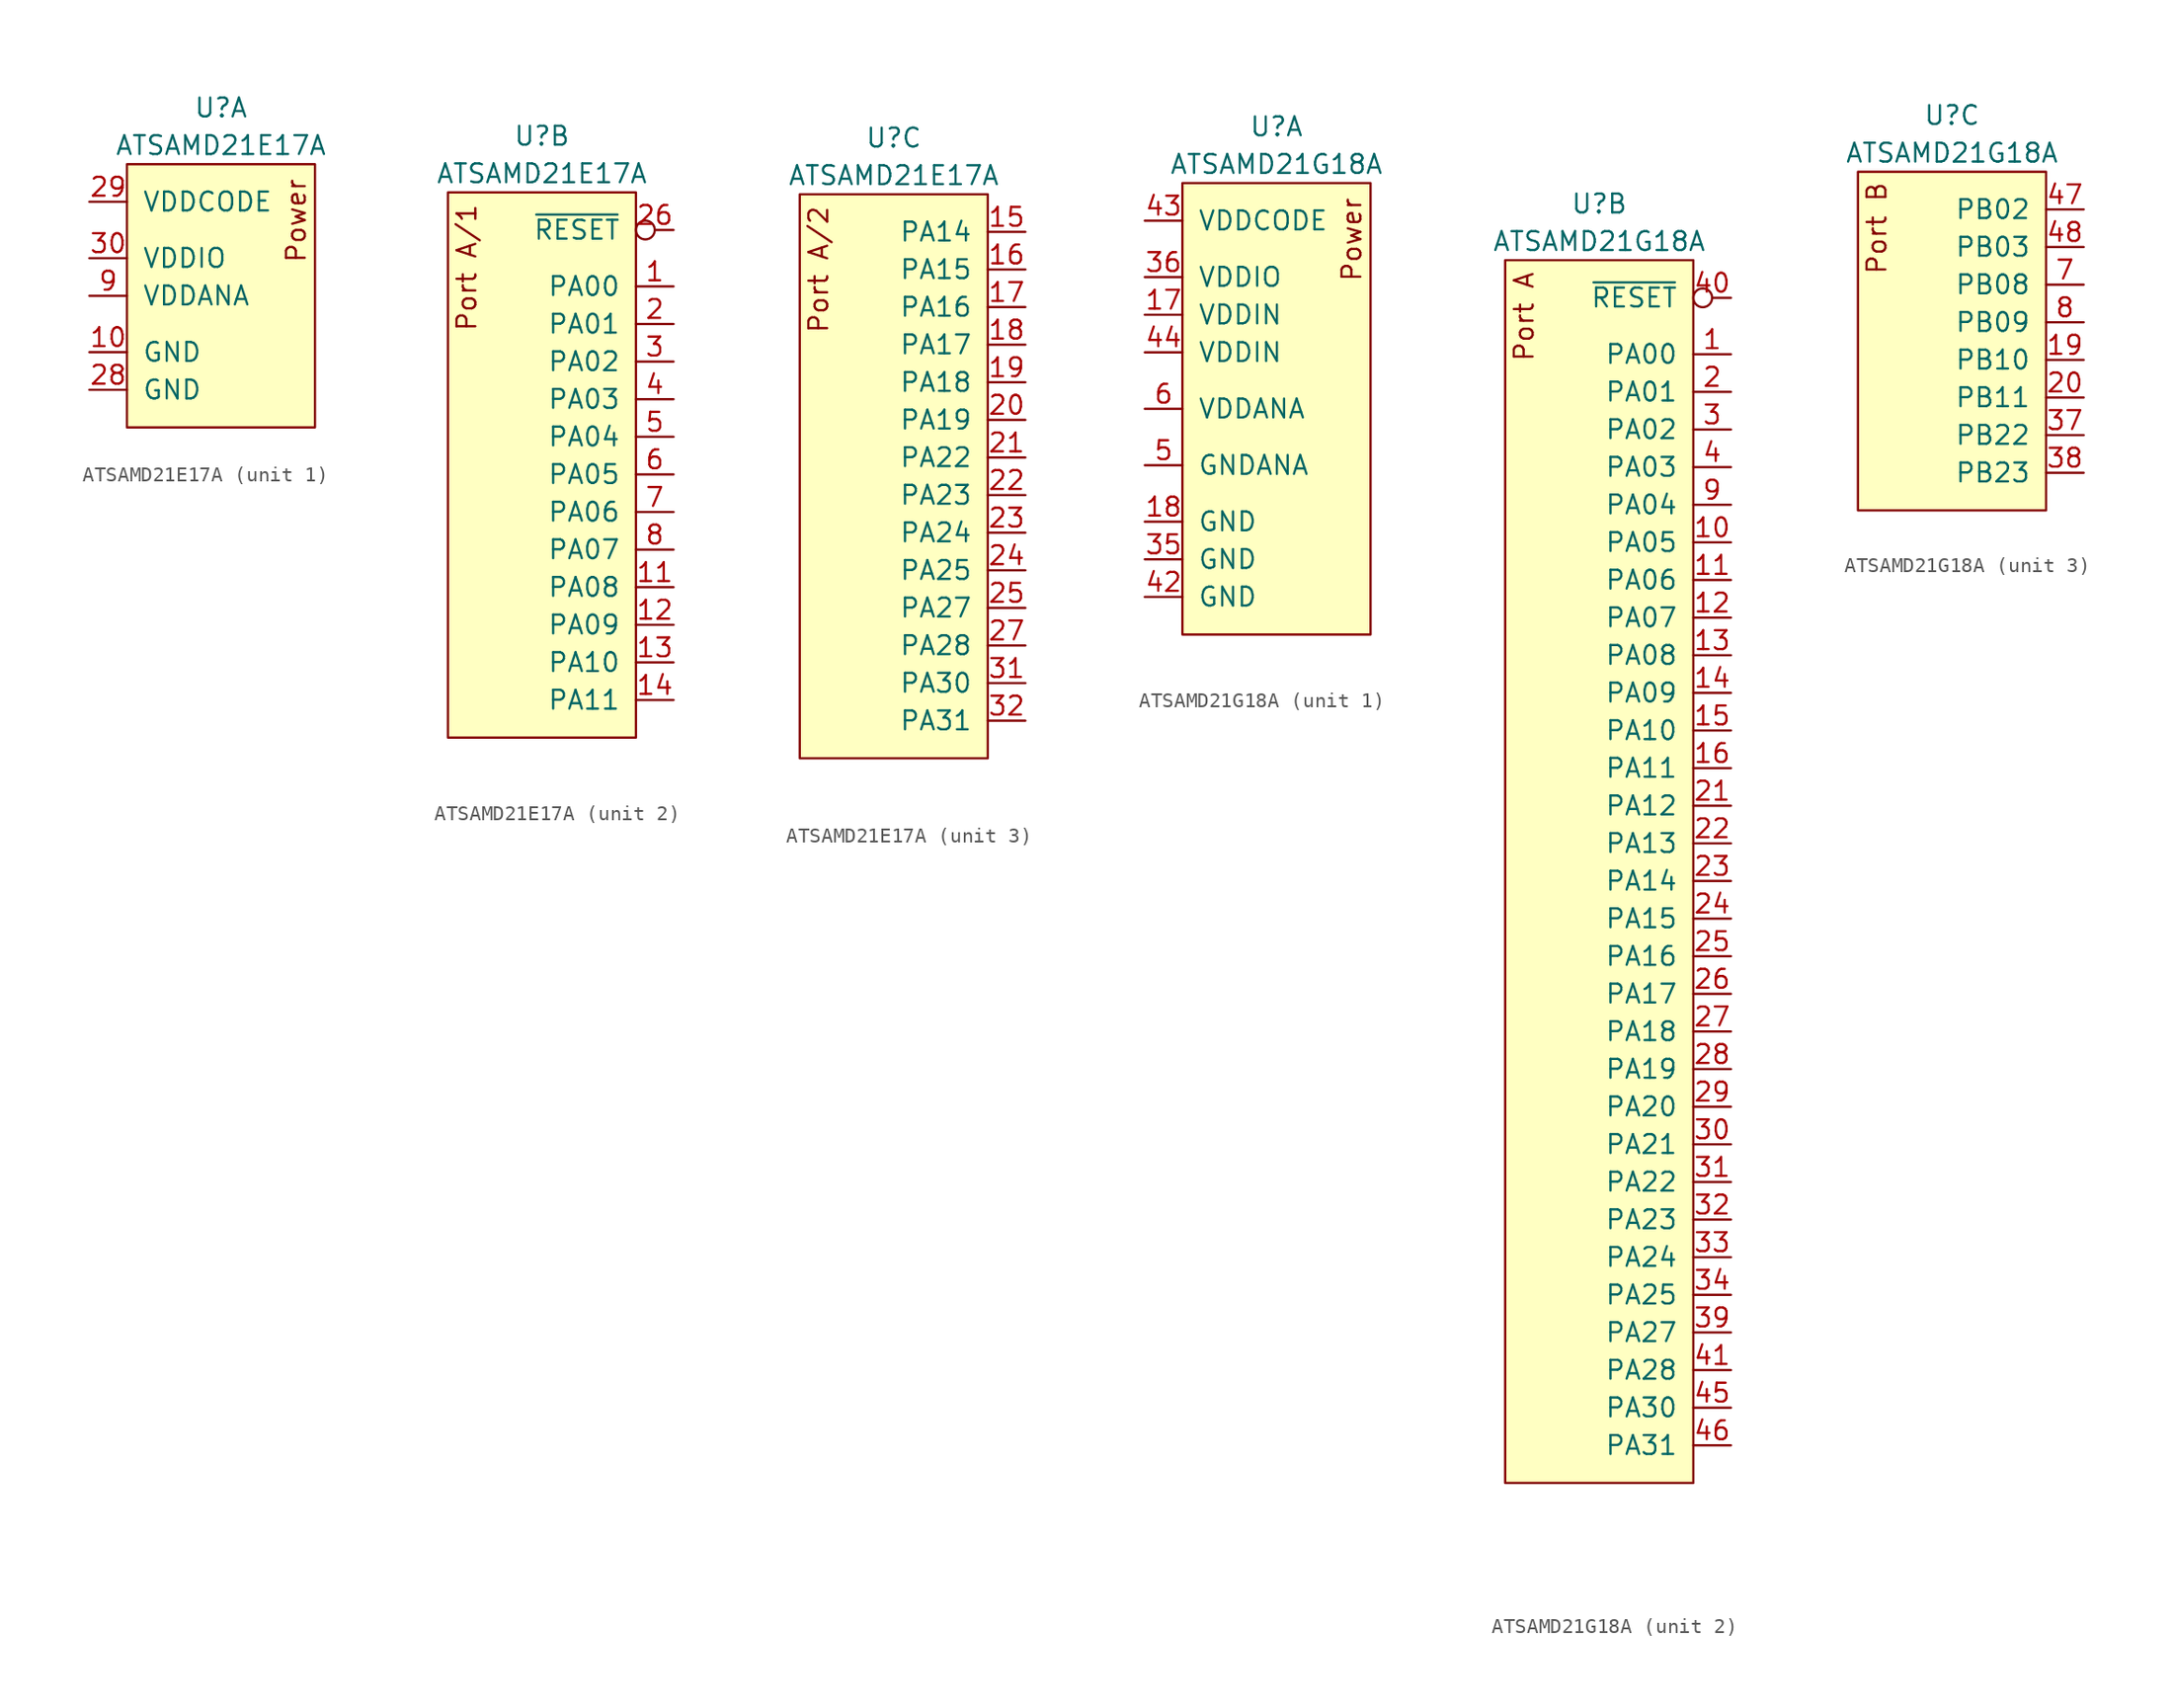
<source format=kicad_sym>
(kicad_symbol_lib
  (version 20211014)
  (generator kicad_symbol_editor)
  (symbol "ATSAMD21E17A"
    (pin_names
      (offset 1.016))
    (property "Reference" "U"
      (at 0 3.81 0)
      (effects (font (size 1.27 1.27))))
    (property "Value" "ATSAMD21E17A"
      (at 0 1.27 0)
      (effects (font (size 1.27 1.27))))
    (property "ki_locked" ""
      (at 0 0 0)
      (effects (font (size 1.27 1.27))))
    (symbol "ATSAMD21E17A_1_0"
      (text "Power" (at 5.08 -3.81 900) (effects (font (size 1.27 1.27)))))
    (symbol "ATSAMD21E17A_1_1"
      (rectangle (start -6.35 0) (end 6.35 -17.78) (stroke (width 0) (type default) (color 0 0 0 0)) (fill (type background)))
      (pin power_in line (at -8.89 -12.7 0) (length 2.54) (name "GND" (effects (font (size 1.27 1.27)))) (number "10" (effects (font (size 1.27 1.27)))))
      (pin power_in line (at -8.89 -15.24 0) (length 2.54) (name "GND" (effects (font (size 1.27 1.27)))) (number "28" (effects (font (size 1.27 1.27)))))
      (pin power_out line (at -8.89 -2.54 0) (length 2.54) (name "VDDCODE" (effects (font (size 1.27 1.27)))) (number "29" (effects (font (size 1.27 1.27)))))
      (pin power_in line (at -8.89 -6.35 0) (length 2.54) (name "VDDIO" (effects (font (size 1.27 1.27)))) (number "30" (effects (font (size 1.27 1.27)))))
      (pin power_in line (at -8.89 -8.89 0) (length 2.54) (name "VDDANA" (effects (font (size 1.27 1.27)))) (number "9" (effects (font (size 1.27 1.27))))))
    (symbol "ATSAMD21E17A_2_0"
      (text "Port A/1" (at -5.08 -5.08 900) (effects (font (size 1.27 1.27)))))
    (symbol "ATSAMD21E17A_2_1"
      (rectangle (start -6.35 0) (end 6.35 -36.83) (stroke (width 0) (type default) (color 0 0 0 0)) (fill (type background)))
      (pin bidirectional line (at 8.89 -6.35 180) (length 2.54) (name "PA00" (effects (font (size 1.27 1.27)))) (number "1" (effects (font (size 1.27 1.27)))))
      (pin bidirectional line (at 8.89 -26.67 180) (length 2.54) (name "PA08" (effects (font (size 1.27 1.27)))) (number "11" (effects (font (size 1.27 1.27)))))
      (pin bidirectional line (at 8.89 -29.21 180) (length 2.54) (name "PA09" (effects (font (size 1.27 1.27)))) (number "12" (effects (font (size 1.27 1.27)))))
      (pin bidirectional line (at 8.89 -31.75 180) (length 2.54) (name "PA10" (effects (font (size 1.27 1.27)))) (number "13" (effects (font (size 1.27 1.27)))))
      (pin bidirectional line (at 8.89 -34.29 180) (length 2.54) (name "PA11" (effects (font (size 1.27 1.27)))) (number "14" (effects (font (size 1.27 1.27)))))
      (pin bidirectional line (at 8.89 -8.89 180) (length 2.54) (name "PA01" (effects (font (size 1.27 1.27)))) (number "2" (effects (font (size 1.27 1.27)))))
      (pin input inverted (at 8.89 -2.54 180) (length 2.54) (name "~{RESET}" (effects (font (size 1.27 1.27)))) (number "26" (effects (font (size 1.27 1.27)))))
      (pin bidirectional line (at 8.89 -11.43 180) (length 2.54) (name "PA02" (effects (font (size 1.27 1.27)))) (number "3" (effects (font (size 1.27 1.27)))))
      (pin bidirectional line (at 8.89 -13.97 180) (length 2.54) (name "PA03" (effects (font (size 1.27 1.27)))) (number "4" (effects (font (size 1.27 1.27)))))
      (pin bidirectional line (at 8.89 -16.51 180) (length 2.54) (name "PA04" (effects (font (size 1.27 1.27)))) (number "5" (effects (font (size 1.27 1.27)))))
      (pin bidirectional line (at 8.89 -19.05 180) (length 2.54) (name "PA05" (effects (font (size 1.27 1.27)))) (number "6" (effects (font (size 1.27 1.27)))))
      (pin bidirectional line (at 8.89 -21.59 180) (length 2.54) (name "PA06" (effects (font (size 1.27 1.27)))) (number "7" (effects (font (size 1.27 1.27)))))
      (pin bidirectional line (at 8.89 -24.13 180) (length 2.54) (name "PA07" (effects (font (size 1.27 1.27)))) (number "8" (effects (font (size 1.27 1.27))))))
    (symbol "ATSAMD21E17A_3_0"
      (text "Port A/2" (at -5.08 -5.08 900) (effects (font (size 1.27 1.27)))))
    (symbol "ATSAMD21E17A_3_1"
      (rectangle (start -6.35 0) (end 6.35 -38.1) (stroke (width 0) (type default) (color 0 0 0 0)) (fill (type background)))
      (pin bidirectional line (at 8.89 -2.54 180) (length 2.54) (name "PA14" (effects (font (size 1.27 1.27)))) (number "15" (effects (font (size 1.27 1.27)))))
      (pin bidirectional line (at 8.89 -5.08 180) (length 2.54) (name "PA15" (effects (font (size 1.27 1.27)))) (number "16" (effects (font (size 1.27 1.27)))))
      (pin bidirectional line (at 8.89 -7.62 180) (length 2.54) (name "PA16" (effects (font (size 1.27 1.27)))) (number "17" (effects (font (size 1.27 1.27)))))
      (pin bidirectional line (at 8.89 -10.16 180) (length 2.54) (name "PA17" (effects (font (size 1.27 1.27)))) (number "18" (effects (font (size 1.27 1.27)))))
      (pin bidirectional line (at 8.89 -12.7 180) (length 2.54) (name "PA18" (effects (font (size 1.27 1.27)))) (number "19" (effects (font (size 1.27 1.27)))))
      (pin bidirectional line (at 8.89 -15.24 180) (length 2.54) (name "PA19" (effects (font (size 1.27 1.27)))) (number "20" (effects (font (size 1.27 1.27)))))
      (pin bidirectional line (at 8.89 -17.78 180) (length 2.54) (name "PA22" (effects (font (size 1.27 1.27)))) (number "21" (effects (font (size 1.27 1.27)))))
      (pin bidirectional line (at 8.89 -20.32 180) (length 2.54) (name "PA23" (effects (font (size 1.27 1.27)))) (number "22" (effects (font (size 1.27 1.27)))))
      (pin bidirectional line (at 8.89 -22.86 180) (length 2.54) (name "PA24" (effects (font (size 1.27 1.27)))) (number "23" (effects (font (size 1.27 1.27)))))
      (pin bidirectional line (at 8.89 -25.4 180) (length 2.54) (name "PA25" (effects (font (size 1.27 1.27)))) (number "24" (effects (font (size 1.27 1.27)))))
      (pin bidirectional line (at 8.89 -27.94 180) (length 2.54) (name "PA27" (effects (font (size 1.27 1.27)))) (number "25" (effects (font (size 1.27 1.27)))))
      (pin bidirectional line (at 8.89 -30.48 180) (length 2.54) (name "PA28" (effects (font (size 1.27 1.27)))) (number "27" (effects (font (size 1.27 1.27)))))
      (pin bidirectional line (at 8.89 -33.02 180) (length 2.54) (name "PA30" (effects (font (size 1.27 1.27)))) (number "31" (effects (font (size 1.27 1.27)))))
      (pin bidirectional line (at 8.89 -35.56 180) (length 2.54) (name "PA31" (effects (font (size 1.27 1.27)))) (number "32" (effects (font (size 1.27 1.27)))))))
  (symbol "ATSAMD21G18A"
    (pin_names
      (offset 1.016))
    (property "Reference" "U"
      (at 0 3.81 0)
      (effects (font (size 1.27 1.27))))
    (property "Value" "ATSAMD21G18A"
      (at 0 1.27 0)
      (effects (font (size 1.27 1.27))))
    (property "ki_locked" ""
      (at 0 0 0)
      (effects (font (size 1.27 1.27))))
    (symbol "ATSAMD21G18A_1_0"
      (text "Power" (at 5.08 -3.81 900) (effects (font (size 1.27 1.27)))))
    (symbol "ATSAMD21G18A_1_1"
      (rectangle (start -6.35 0) (end 6.35 -30.48) (stroke (width 0) (type default) (color 0 0 0 0)) (fill (type background)))
      (pin power_in line (at -8.89 -8.89 0) (length 2.54) (name "VDDIN" (effects (font (size 1.27 1.27)))) (number "17" (effects (font (size 1.27 1.27)))))
      (pin power_in line (at -8.89 -22.86 0) (length 2.54) (name "GND" (effects (font (size 1.27 1.27)))) (number "18" (effects (font (size 1.27 1.27)))))
      (pin power_in line (at -8.89 -25.4 0) (length 2.54) (name "GND" (effects (font (size 1.27 1.27)))) (number "35" (effects (font (size 1.27 1.27)))))
      (pin power_in line (at -8.89 -6.35 0) (length 2.54) (name "VDDIO" (effects (font (size 1.27 1.27)))) (number "36" (effects (font (size 1.27 1.27)))))
      (pin power_in line (at -8.89 -27.94 0) (length 2.54) (name "GND" (effects (font (size 1.27 1.27)))) (number "42" (effects (font (size 1.27 1.27)))))
      (pin power_out line (at -8.89 -2.54 0) (length 2.54) (name "VDDCODE" (effects (font (size 1.27 1.27)))) (number "43" (effects (font (size 1.27 1.27)))))
      (pin power_in line (at -8.89 -11.43 0) (length 2.54) (name "VDDIN" (effects (font (size 1.27 1.27)))) (number "44" (effects (font (size 1.27 1.27)))))
      (pin power_in line (at -8.89 -19.05 0) (length 2.54) (name "GNDANA" (effects (font (size 1.27 1.27)))) (number "5" (effects (font (size 1.27 1.27)))))
      (pin power_in line (at -8.89 -15.24 0) (length 2.54) (name "VDDANA" (effects (font (size 1.27 1.27)))) (number "6" (effects (font (size 1.27 1.27))))))
    (symbol "ATSAMD21G18A_2_0"
      (text "Port A" (at -5.08 -3.81 900) (effects (font (size 1.27 1.27)))))
    (symbol "ATSAMD21G18A_2_1"
      (rectangle (start -6.35 0) (end 6.35 -82.55) (stroke (width 0) (type default) (color 0 0 0 0)) (fill (type background)))
      (pin bidirectional line (at 8.89 -6.35 180) (length 2.54) (name "PA00" (effects (font (size 1.27 1.27)))) (number "1" (effects (font (size 1.27 1.27)))))
      (pin bidirectional line (at 8.89 -19.05 180) (length 2.54) (name "PA05" (effects (font (size 1.27 1.27)))) (number "10" (effects (font (size 1.27 1.27)))))
      (pin bidirectional line (at 8.89 -21.59 180) (length 2.54) (name "PA06" (effects (font (size 1.27 1.27)))) (number "11" (effects (font (size 1.27 1.27)))))
      (pin bidirectional line (at 8.89 -24.13 180) (length 2.54) (name "PA07" (effects (font (size 1.27 1.27)))) (number "12" (effects (font (size 1.27 1.27)))))
      (pin bidirectional line (at 8.89 -26.67 180) (length 2.54) (name "PA08" (effects (font (size 1.27 1.27)))) (number "13" (effects (font (size 1.27 1.27)))))
      (pin bidirectional line (at 8.89 -29.21 180) (length 2.54) (name "PA09" (effects (font (size 1.27 1.27)))) (number "14" (effects (font (size 1.27 1.27)))))
      (pin bidirectional line (at 8.89 -31.75 180) (length 2.54) (name "PA10" (effects (font (size 1.27 1.27)))) (number "15" (effects (font (size 1.27 1.27)))))
      (pin bidirectional line (at 8.89 -34.29 180) (length 2.54) (name "PA11" (effects (font (size 1.27 1.27)))) (number "16" (effects (font (size 1.27 1.27)))))
      (pin bidirectional line (at 8.89 -8.89 180) (length 2.54) (name "PA01" (effects (font (size 1.27 1.27)))) (number "2" (effects (font (size 1.27 1.27)))))
      (pin bidirectional line (at 8.89 -36.83 180) (length 2.54) (name "PA12" (effects (font (size 1.27 1.27)))) (number "21" (effects (font (size 1.27 1.27)))))
      (pin bidirectional line (at 8.89 -39.37 180) (length 2.54) (name "PA13" (effects (font (size 1.27 1.27)))) (number "22" (effects (font (size 1.27 1.27)))))
      (pin bidirectional line (at 8.89 -41.91 180) (length 2.54) (name "PA14" (effects (font (size 1.27 1.27)))) (number "23" (effects (font (size 1.27 1.27)))))
      (pin bidirectional line (at 8.89 -44.45 180) (length 2.54) (name "PA15" (effects (font (size 1.27 1.27)))) (number "24" (effects (font (size 1.27 1.27)))))
      (pin bidirectional line (at 8.89 -46.99 180) (length 2.54) (name "PA16" (effects (font (size 1.27 1.27)))) (number "25" (effects (font (size 1.27 1.27)))))
      (pin bidirectional line (at 8.89 -49.53 180) (length 2.54) (name "PA17" (effects (font (size 1.27 1.27)))) (number "26" (effects (font (size 1.27 1.27)))))
      (pin bidirectional line (at 8.89 -52.07 180) (length 2.54) (name "PA18" (effects (font (size 1.27 1.27)))) (number "27" (effects (font (size 1.27 1.27)))))
      (pin bidirectional line (at 8.89 -54.61 180) (length 2.54) (name "PA19" (effects (font (size 1.27 1.27)))) (number "28" (effects (font (size 1.27 1.27)))))
      (pin bidirectional line (at 8.89 -57.15 180) (length 2.54) (name "PA20" (effects (font (size 1.27 1.27)))) (number "29" (effects (font (size 1.27 1.27)))))
      (pin bidirectional line (at 8.89 -11.43 180) (length 2.54) (name "PA02" (effects (font (size 1.27 1.27)))) (number "3" (effects (font (size 1.27 1.27)))))
      (pin bidirectional line (at 8.89 -59.69 180) (length 2.54) (name "PA21" (effects (font (size 1.27 1.27)))) (number "30" (effects (font (size 1.27 1.27)))))
      (pin bidirectional line (at 8.89 -62.23 180) (length 2.54) (name "PA22" (effects (font (size 1.27 1.27)))) (number "31" (effects (font (size 1.27 1.27)))))
      (pin bidirectional line (at 8.89 -64.77 180) (length 2.54) (name "PA23" (effects (font (size 1.27 1.27)))) (number "32" (effects (font (size 1.27 1.27)))))
      (pin bidirectional line (at 8.89 -67.31 180) (length 2.54) (name "PA24" (effects (font (size 1.27 1.27)))) (number "33" (effects (font (size 1.27 1.27)))))
      (pin bidirectional line (at 8.89 -69.85 180) (length 2.54) (name "PA25" (effects (font (size 1.27 1.27)))) (number "34" (effects (font (size 1.27 1.27)))))
      (pin bidirectional line (at 8.89 -72.39 180) (length 2.54) (name "PA27" (effects (font (size 1.27 1.27)))) (number "39" (effects (font (size 1.27 1.27)))))
      (pin bidirectional line (at 8.89 -13.97 180) (length 2.54) (name "PA03" (effects (font (size 1.27 1.27)))) (number "4" (effects (font (size 1.27 1.27)))))
      (pin input inverted (at 8.89 -2.54 180) (length 2.54) (name "~{RESET}" (effects (font (size 1.27 1.27)))) (number "40" (effects (font (size 1.27 1.27)))))
      (pin bidirectional line (at 8.89 -74.93 180) (length 2.54) (name "PA28" (effects (font (size 1.27 1.27)))) (number "41" (effects (font (size 1.27 1.27)))))
      (pin bidirectional line (at 8.89 -77.47 180) (length 2.54) (name "PA30" (effects (font (size 1.27 1.27)))) (number "45" (effects (font (size 1.27 1.27)))))
      (pin bidirectional line (at 8.89 -80.01 180) (length 2.54) (name "PA31" (effects (font (size 1.27 1.27)))) (number "46" (effects (font (size 1.27 1.27)))))
      (pin bidirectional line (at 8.89 -16.51 180) (length 2.54) (name "PA04" (effects (font (size 1.27 1.27)))) (number "9" (effects (font (size 1.27 1.27))))))
    (symbol "ATSAMD21G18A_3_0"
      (text "Port B" (at -5.08 -3.81 900) (effects (font (size 1.27 1.27)))))
    (symbol "ATSAMD21G18A_3_1"
      (rectangle (start -6.35 0) (end 6.35 -22.86) (stroke (width 0) (type default) (color 0 0 0 0)) (fill (type background)))
      (pin bidirectional line (at 8.89 -12.7 180) (length 2.54) (name "PB10" (effects (font (size 1.27 1.27)))) (number "19" (effects (font (size 1.27 1.27)))))
      (pin bidirectional line (at 8.89 -15.24 180) (length 2.54) (name "PB11" (effects (font (size 1.27 1.27)))) (number "20" (effects (font (size 1.27 1.27)))))
      (pin bidirectional line (at 8.89 -17.78 180) (length 2.54) (name "PB22" (effects (font (size 1.27 1.27)))) (number "37" (effects (font (size 1.27 1.27)))))
      (pin bidirectional line (at 8.89 -20.32 180) (length 2.54) (name "PB23" (effects (font (size 1.27 1.27)))) (number "38" (effects (font (size 1.27 1.27)))))
      (pin bidirectional line (at 8.89 -2.54 180) (length 2.54) (name "PB02" (effects (font (size 1.27 1.27)))) (number "47" (effects (font (size 1.27 1.27)))))
      (pin bidirectional line (at 8.89 -5.08 180) (length 2.54) (name "PB03" (effects (font (size 1.27 1.27)))) (number "48" (effects (font (size 1.27 1.27)))))
      (pin bidirectional line (at 8.89 -7.62 180) (length 2.54) (name "PB08" (effects (font (size 1.27 1.27)))) (number "7" (effects (font (size 1.27 1.27)))))
      (pin bidirectional line (at 8.89 -10.16 180) (length 2.54) (name "PB09" (effects (font (size 1.27 1.27)))) (number "8" (effects (font (size 1.27 1.27))))))))
</source>
